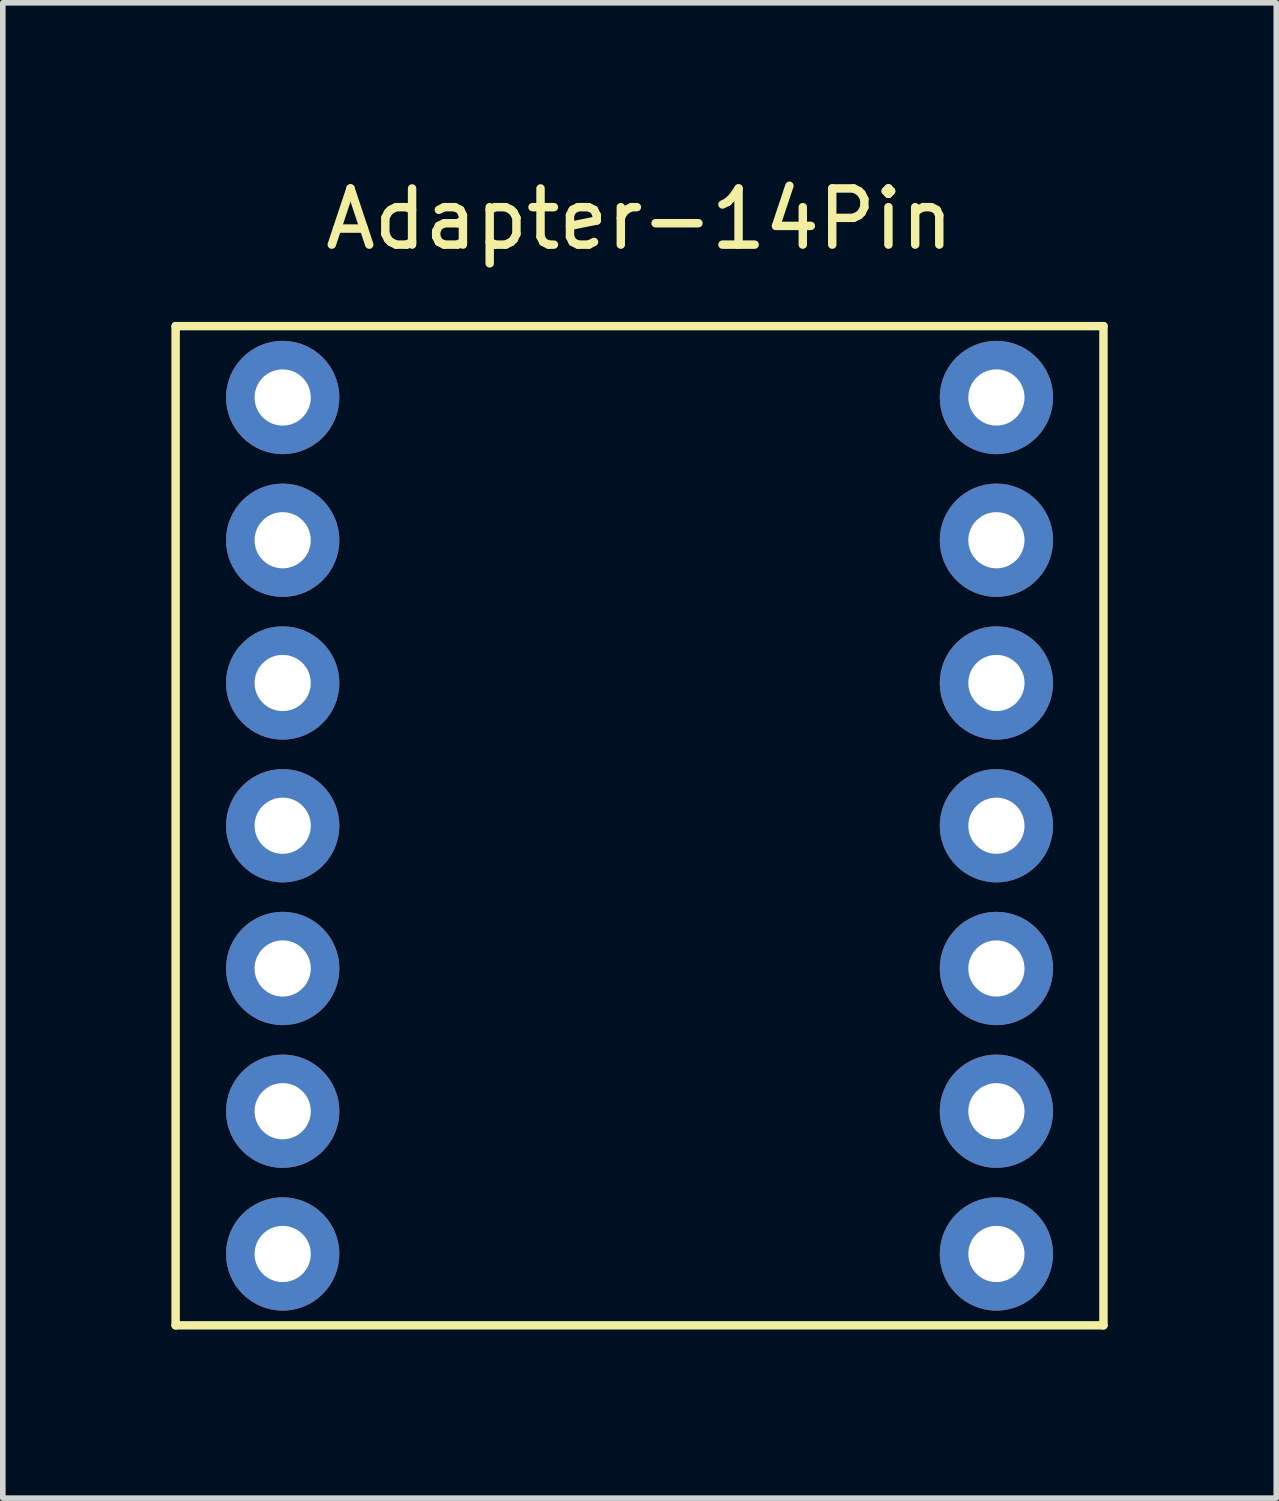
<source format=kicad_pcb>
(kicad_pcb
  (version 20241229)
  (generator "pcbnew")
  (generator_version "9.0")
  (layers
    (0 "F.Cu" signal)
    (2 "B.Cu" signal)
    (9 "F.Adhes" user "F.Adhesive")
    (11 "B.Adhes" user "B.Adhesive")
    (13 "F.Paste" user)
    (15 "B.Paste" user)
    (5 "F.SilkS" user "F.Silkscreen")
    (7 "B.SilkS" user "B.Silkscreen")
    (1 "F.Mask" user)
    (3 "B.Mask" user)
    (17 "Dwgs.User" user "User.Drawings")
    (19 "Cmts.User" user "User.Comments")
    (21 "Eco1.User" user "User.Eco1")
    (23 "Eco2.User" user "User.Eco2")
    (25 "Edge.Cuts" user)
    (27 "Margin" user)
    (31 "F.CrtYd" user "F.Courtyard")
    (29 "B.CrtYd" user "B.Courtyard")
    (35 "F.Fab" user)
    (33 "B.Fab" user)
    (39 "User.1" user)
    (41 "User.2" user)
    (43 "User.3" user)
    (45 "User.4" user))
  (footprint "Adapter-14Pin"
    (layer "F.Cu")
    (at 1.98 4.023)
    (property "Reference" "Adapter-14Pin" (at 6.35 -3.175 0) (layer "F.SilkS") (effects (font (size 1 1) (thickness 0.15))))
    (attr through_hole)
    (fp_line (start -1.905 -1.27) (end -1.905 16.51) (stroke (width 0.15) (type solid)) (layer "F.SilkS"))
    (fp_line (start -1.905 16.51) (end 14.605 16.51) (stroke (width 0.15) (type solid)) (layer "F.SilkS"))
    (fp_line (start 14.605 -1.27) (end -1.905 -1.27) (stroke (width 0.15) (type solid)) (layer "F.SilkS"))
    (fp_line (start 14.605 16.51) (end 14.605 -1.27) (stroke (width 0.15) (type solid)) (layer "F.SilkS"))
    (pad "1" thru_hole circle (at 0 0) (size 2.016 2.016) (drill 1) (layers "*.Cu" "*.Mask"))
    (pad "2" thru_hole circle (at 0 2.54) (size 2.016 2.016) (drill 1) (layers "*.Cu" "*.Mask"))
    (pad "3" thru_hole circle (at 0 5.08) (size 2.016 2.016) (drill 1) (layers "*.Cu" "*.Mask"))
    (pad "4" thru_hole circle (at 0 7.62) (size 2.016 2.016) (drill 1) (layers "*.Cu" "*.Mask"))
    (pad "5" thru_hole circle (at 0 10.16) (size 2.016 2.016) (drill 1) (layers "*.Cu" "*.Mask"))
    (pad "6" thru_hole circle (at 0 12.7) (size 2.016 2.016) (drill 1) (layers "*.Cu" "*.Mask"))
    (pad "7" thru_hole circle (at 0 15.24) (size 2.016 2.016) (drill 1) (layers "*.Cu" "*.Mask"))
    (pad "8" thru_hole circle (at 12.7 15.24) (size 2.016 2.016) (drill 1) (layers "*.Cu" "*.Mask"))
    (pad "9" thru_hole circle (at 12.7 12.7) (size 2.016 2.016) (drill 1) (layers "*.Cu" "*.Mask"))
    (pad "10" thru_hole circle (at 12.7 10.16) (size 2.016 2.016) (drill 1) (layers "*.Cu" "*.Mask"))
    (pad "11" thru_hole circle (at 12.7 7.62) (size 2.016 2.016) (drill 1) (layers "*.Cu" "*.Mask"))
    (pad "12" thru_hole circle (at 12.7 5.08) (size 2.016 2.016) (drill 1) (layers "*.Cu" "*.Mask"))
    (pad "13" thru_hole circle (at 12.7 2.54) (size 2.016 2.016) (drill 1) (layers "*.Cu" "*.Mask"))
    (pad "14" thru_hole circle (at 12.7 0) (size 2.016 2.016) (drill 1) (layers "*.Cu" "*.Mask")))
  (gr_rect
    (start -3 -3)
    (end 19.66 23.608)
    (stroke (width 0.1) (type default))
    (fill no)
    (layer "Edge.Cuts")))
</source>
